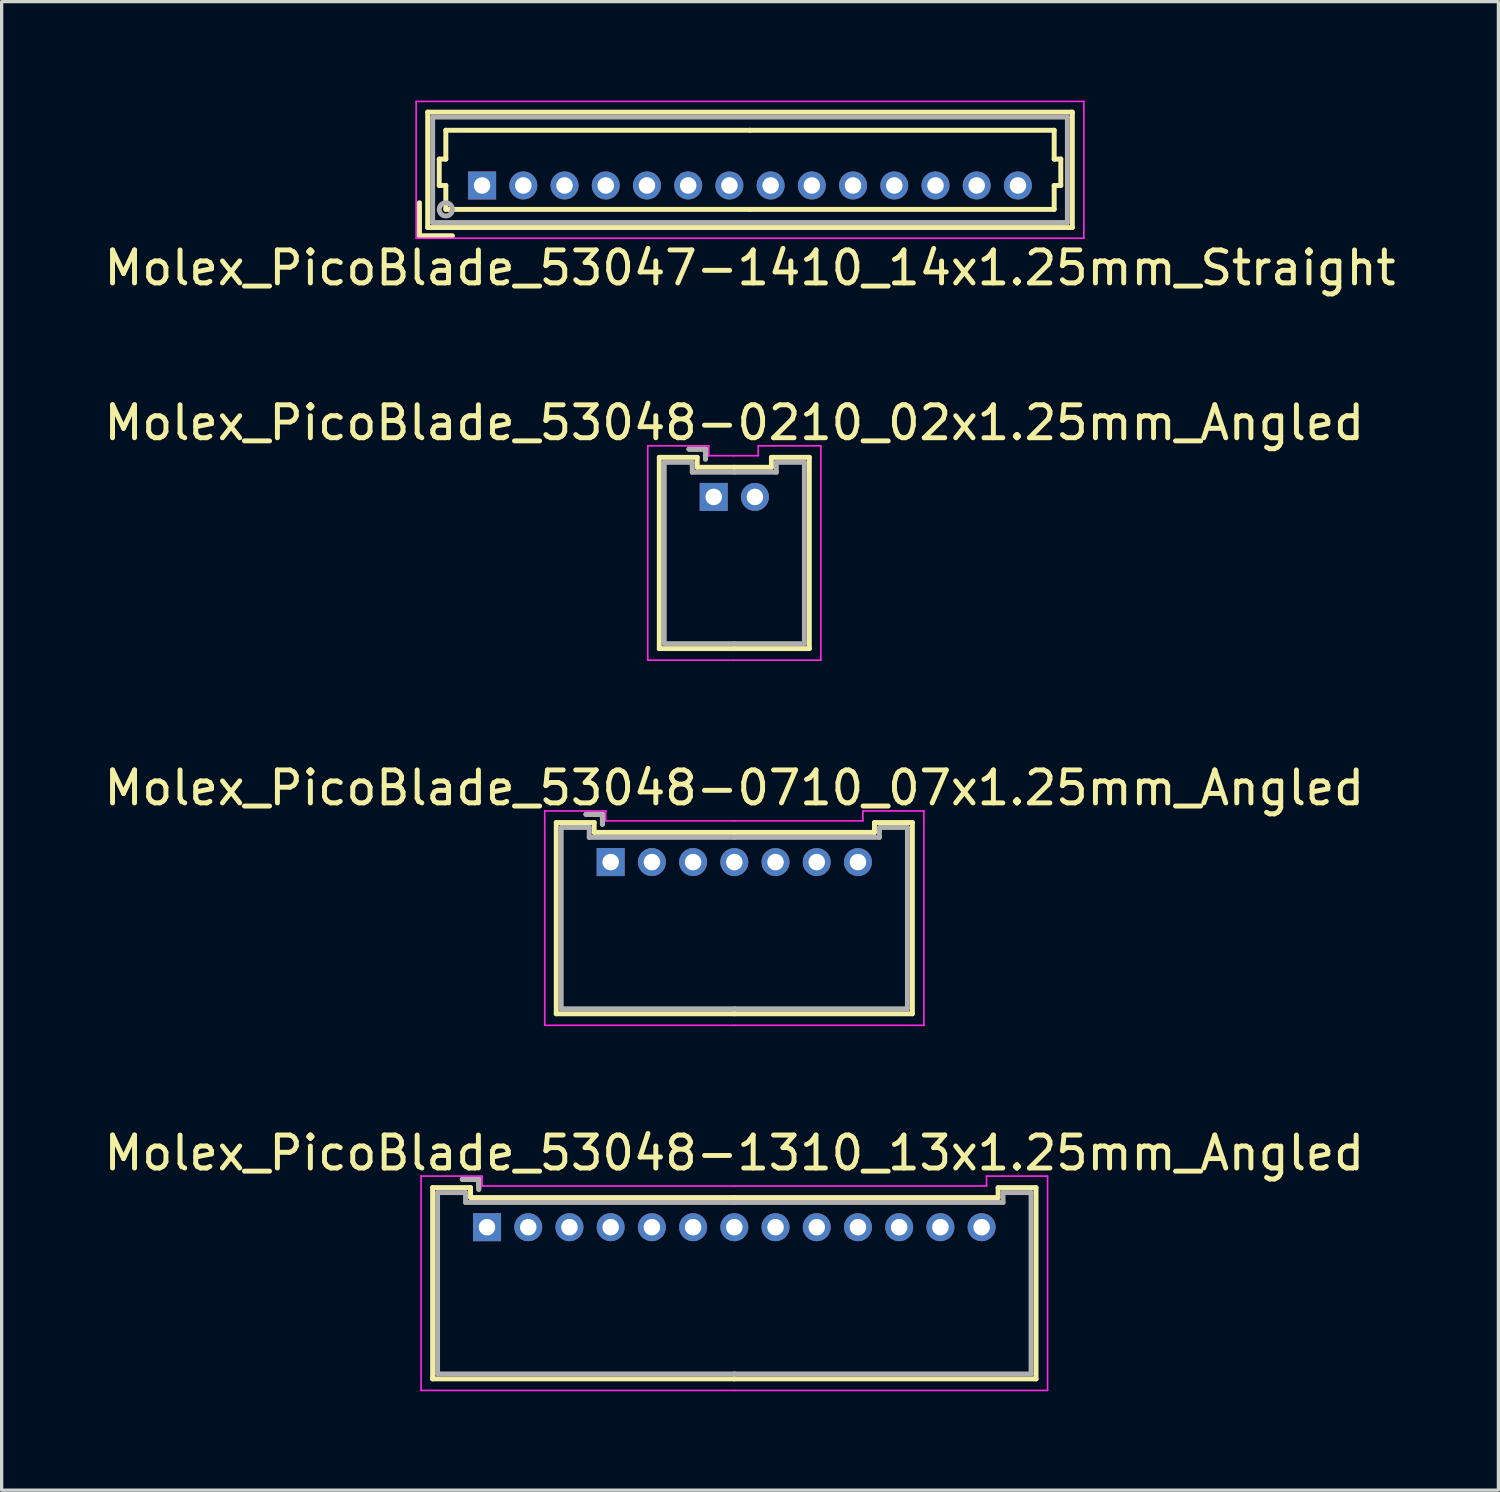
<source format=kicad_pcb>
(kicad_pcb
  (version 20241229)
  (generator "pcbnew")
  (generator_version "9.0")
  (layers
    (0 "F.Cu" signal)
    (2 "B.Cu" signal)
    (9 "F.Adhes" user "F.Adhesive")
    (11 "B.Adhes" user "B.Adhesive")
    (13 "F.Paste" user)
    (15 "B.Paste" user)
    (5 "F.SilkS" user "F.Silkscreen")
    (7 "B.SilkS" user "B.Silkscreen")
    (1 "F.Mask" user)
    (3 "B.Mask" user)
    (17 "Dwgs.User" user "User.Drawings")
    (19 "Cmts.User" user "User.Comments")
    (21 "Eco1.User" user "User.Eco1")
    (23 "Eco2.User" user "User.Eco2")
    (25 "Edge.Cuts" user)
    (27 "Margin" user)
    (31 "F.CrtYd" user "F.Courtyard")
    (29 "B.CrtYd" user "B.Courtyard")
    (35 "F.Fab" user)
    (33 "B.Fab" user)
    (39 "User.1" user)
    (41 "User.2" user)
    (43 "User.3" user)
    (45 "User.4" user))
  (footprint "Molex_PicoBlade_53047-1410_14x1.25mm_Straight"
    (layer "F.Cu")
    (at 11.571 2.575)
    (property "Reference" "Molex_PicoBlade_53047-1410_14x1.25mm_Straight" (at 8.125 2.5 0) (layer "F.SilkS") (effects (font (size 1 1) (thickness 0.15))))
    (attr through_hole)
    (fp_line (start -1.9 1.525) (end -1.9 0.525) (stroke (width 0.15) (type solid)) (layer "F.SilkS"))
    (fp_line (start -1.9 1.525) (end -0.9 1.525) (stroke (width 0.15) (type solid)) (layer "F.SilkS"))
    (fp_line (start -1.65 -2.225) (end -1.65 1.275) (stroke (width 0.15) (type solid)) (layer "F.SilkS"))
    (fp_line (start -1.65 1.275) (end 17.9 1.275) (stroke (width 0.15) (type solid)) (layer "F.SilkS"))
    (fp_line (start -1.3 -0.8) (end -1.1 -0.8) (stroke (width 0.15) (type solid)) (layer "F.SilkS"))
    (fp_line (start -1.3 0) (end -1.3 -0.8) (stroke (width 0.15) (type solid)) (layer "F.SilkS"))
    (fp_line (start -1.1 -1.675) (end 8.125 -1.675) (stroke (width 0.15) (type solid)) (layer "F.SilkS"))
    (fp_line (start -1.1 -0.8) (end -1.1 -1.675) (stroke (width 0.15) (type solid)) (layer "F.SilkS"))
    (fp_line (start -1.1 0) (end -1.3 0) (stroke (width 0.15) (type solid)) (layer "F.SilkS"))
    (fp_line (start -1.1 0.725) (end -1.1 0) (stroke (width 0.15) (type solid)) (layer "F.SilkS"))
    (fp_line (start 8.125 0.725) (end -1.1 0.725) (stroke (width 0.15) (type solid)) (layer "F.SilkS"))
    (fp_line (start 8.125 0.725) (end 17.35 0.725) (stroke (width 0.15) (type solid)) (layer "F.SilkS"))
    (fp_line (start 17.35 -1.675) (end 8.125 -1.675) (stroke (width 0.15) (type solid)) (layer "F.SilkS"))
    (fp_line (start 17.35 -0.8) (end 17.35 -1.675) (stroke (width 0.15) (type solid)) (layer "F.SilkS"))
    (fp_line (start 17.35 0) (end 17.55 0) (stroke (width 0.15) (type solid)) (layer "F.SilkS"))
    (fp_line (start 17.35 0.725) (end 17.35 0) (stroke (width 0.15) (type solid)) (layer "F.SilkS"))
    (fp_line (start 17.55 -0.8) (end 17.35 -0.8) (stroke (width 0.15) (type solid)) (layer "F.SilkS"))
    (fp_line (start 17.55 0) (end 17.55 -0.8) (stroke (width 0.15) (type solid)) (layer "F.SilkS"))
    (fp_line (start 17.9 -2.225) (end -1.65 -2.225) (stroke (width 0.15) (type solid)) (layer "F.SilkS"))
    (fp_line (start 17.9 1.275) (end 17.9 -2.225) (stroke (width 0.15) (type solid)) (layer "F.SilkS"))
    (fp_line (start -2 -2.55) (end -2 1.6) (stroke (width 0.05) (type solid)) (layer "F.CrtYd"))
    (fp_line (start -2 1.6) (end 18.25 1.6) (stroke (width 0.05) (type solid)) (layer "F.CrtYd"))
    (fp_line (start 18.25 -2.55) (end -2 -2.55) (stroke (width 0.05) (type solid)) (layer "F.CrtYd"))
    (fp_line (start 18.25 1.6) (end 18.25 -2.55) (stroke (width 0.05) (type solid)) (layer "F.CrtYd"))
    (fp_line (start -1.5 -2.075) (end -1.5 1.125) (stroke (width 0.15) (type solid)) (layer "F.Fab"))
    (fp_line (start -1.5 1.125) (end 17.75 1.125) (stroke (width 0.15) (type solid)) (layer "F.Fab"))
    (fp_line (start 17.75 -2.075) (end -1.5 -2.075) (stroke (width 0.15) (type solid)) (layer "F.Fab"))
    (fp_line (start 17.75 1.125) (end 17.75 -2.075) (stroke (width 0.15) (type solid)) (layer "F.Fab"))
    (fp_circle (center -1.1 0.725) (end -0.9 0.725) (stroke (width 0.15) (type solid)) (fill no) (layer "F.Fab"))
    (pad "1" thru_hole rect (at 0 0) (size 0.85 0.85) (drill 0.5) (layers "*.Cu" "*.Mask"))
    (pad "2" thru_hole circle (at 1.25 0) (size 0.85 0.85) (drill 0.5) (layers "*.Cu" "*.Mask"))
    (pad "3" thru_hole circle (at 2.5 0) (size 0.85 0.85) (drill 0.5) (layers "*.Cu" "*.Mask"))
    (pad "4" thru_hole circle (at 3.75 0) (size 0.85 0.85) (drill 0.5) (layers "*.Cu" "*.Mask"))
    (pad "5" thru_hole circle (at 5 0) (size 0.85 0.85) (drill 0.5) (layers "*.Cu" "*.Mask"))
    (pad "6" thru_hole circle (at 6.25 0) (size 0.85 0.85) (drill 0.5) (layers "*.Cu" "*.Mask"))
    (pad "7" thru_hole circle (at 7.5 0) (size 0.85 0.85) (drill 0.5) (layers "*.Cu" "*.Mask"))
    (pad "8" thru_hole circle (at 8.75 0) (size 0.85 0.85) (drill 0.5) (layers "*.Cu" "*.Mask"))
    (pad "9" thru_hole circle (at 10 0) (size 0.85 0.85) (drill 0.5) (layers "*.Cu" "*.Mask"))
    (pad "10" thru_hole circle (at 11.25 0) (size 0.85 0.85) (drill 0.5) (layers "*.Cu" "*.Mask"))
    (pad "11" thru_hole circle (at 12.5 0) (size 0.85 0.85) (drill 0.5) (layers "*.Cu" "*.Mask"))
    (pad "12" thru_hole circle (at 13.75 0) (size 0.85 0.85) (drill 0.5) (layers "*.Cu" "*.Mask"))
    (pad "13" thru_hole circle (at 15 0) (size 0.85 0.85) (drill 0.5) (layers "*.Cu" "*.Mask"))
    (pad "14" thru_hole circle (at 16.25 0) (size 0.85 0.85) (drill 0.5) (layers "*.Cu" "*.Mask")))
  (footprint "Molex_PicoBlade_53048-0210_02x1.25mm_Angled"
    (layer "F.Cu")
    (at 18.595 12.021)
    (property "Reference" "Molex_PicoBlade_53048-0210_02x1.25mm_Angled" (at 0.625 -2.25 0) (layer "F.SilkS") (effects (font (size 1 1) (thickness 0.15))))
    (attr through_hole)
    (fp_line (start -1.65 -1.2) (end -1.65 4.6) (stroke (width 0.15) (type solid)) (layer "F.SilkS"))
    (fp_line (start -1.65 4.6) (end 0.625 4.6) (stroke (width 0.15) (type solid)) (layer "F.SilkS"))
    (fp_line (start -0.5 -1.2) (end -1.65 -1.2) (stroke (width 0.15) (type solid)) (layer "F.SilkS"))
    (fp_line (start -0.5 -0.9) (end -0.5 -1.2) (stroke (width 0.15) (type solid)) (layer "F.SilkS"))
    (fp_line (start -0.25 -1.45) (end -0.75 -1.45) (stroke (width 0.15) (type solid)) (layer "F.SilkS"))
    (fp_line (start -0.25 -1.15) (end -0.25 -1.45) (stroke (width 0.15) (type solid)) (layer "F.SilkS"))
    (fp_line (start 0.625 -0.9) (end -0.5 -0.9) (stroke (width 0.15) (type solid)) (layer "F.SilkS"))
    (fp_line (start 0.625 -0.9) (end 1.75 -0.9) (stroke (width 0.15) (type solid)) (layer "F.SilkS"))
    (fp_line (start 1.75 -1.2) (end 2.9 -1.2) (stroke (width 0.15) (type solid)) (layer "F.SilkS"))
    (fp_line (start 1.75 -0.9) (end 1.75 -1.2) (stroke (width 0.15) (type solid)) (layer "F.SilkS"))
    (fp_line (start 2.9 -1.2) (end 2.9 4.6) (stroke (width 0.15) (type solid)) (layer "F.SilkS"))
    (fp_line (start 2.9 4.6) (end 0.625 4.6) (stroke (width 0.15) (type solid)) (layer "F.SilkS"))
    (fp_line (start -2 -1.55) (end -2 4.95) (stroke (width 0.05) (type solid)) (layer "F.CrtYd"))
    (fp_line (start -2 4.95) (end 0.6 4.95) (stroke (width 0.05) (type solid)) (layer "F.CrtYd"))
    (fp_line (start -0.15 -1.55) (end -2 -1.55) (stroke (width 0.05) (type solid)) (layer "F.CrtYd"))
    (fp_line (start -0.15 -1.25) (end -0.15 -1.55) (stroke (width 0.05) (type solid)) (layer "F.CrtYd"))
    (fp_line (start 0.6 -1.25) (end -0.15 -1.25) (stroke (width 0.05) (type solid)) (layer "F.CrtYd"))
    (fp_line (start 0.6 -1.25) (end 1.35 -1.25) (stroke (width 0.05) (type solid)) (layer "F.CrtYd"))
    (fp_line (start 1.35 -1.55) (end 3.25 -1.55) (stroke (width 0.05) (type solid)) (layer "F.CrtYd"))
    (fp_line (start 1.35 -1.25) (end 1.35 -1.55) (stroke (width 0.05) (type solid)) (layer "F.CrtYd"))
    (fp_line (start 3.25 -1.55) (end 3.25 4.95) (stroke (width 0.05) (type solid)) (layer "F.CrtYd"))
    (fp_line (start 3.25 4.95) (end 0.6 4.95) (stroke (width 0.05) (type solid)) (layer "F.CrtYd"))
    (fp_line (start -1.5 -1.05) (end -1.5 4.45) (stroke (width 0.15) (type solid)) (layer "F.Fab"))
    (fp_line (start -1.5 4.45) (end 0.625 4.45) (stroke (width 0.15) (type solid)) (layer "F.Fab"))
    (fp_line (start -0.65 -1.05) (end -1.5 -1.05) (stroke (width 0.15) (type solid)) (layer "F.Fab"))
    (fp_line (start -0.65 -0.75) (end -0.65 -1.05) (stroke (width 0.15) (type solid)) (layer "F.Fab"))
    (fp_line (start -0.25 -1.45) (end -0.75 -1.45) (stroke (width 0.15) (type solid)) (layer "F.Fab"))
    (fp_line (start -0.25 -1.15) (end -0.25 -1.45) (stroke (width 0.15) (type solid)) (layer "F.Fab"))
    (fp_line (start 0.625 -0.75) (end -0.65 -0.75) (stroke (width 0.15) (type solid)) (layer "F.Fab"))
    (fp_line (start 0.625 -0.75) (end 1.9 -0.75) (stroke (width 0.15) (type solid)) (layer "F.Fab"))
    (fp_line (start 1.9 -1.05) (end 2.75 -1.05) (stroke (width 0.15) (type solid)) (layer "F.Fab"))
    (fp_line (start 1.9 -0.75) (end 1.9 -1.05) (stroke (width 0.15) (type solid)) (layer "F.Fab"))
    (fp_line (start 2.75 -1.05) (end 2.75 4.45) (stroke (width 0.15) (type solid)) (layer "F.Fab"))
    (fp_line (start 2.75 4.45) (end 0.625 4.45) (stroke (width 0.15) (type solid)) (layer "F.Fab"))
    (pad "1" thru_hole rect (at 0 0) (size 0.85 0.85) (drill 0.5) (layers "*.Cu" "*.Mask"))
    (pad "2" thru_hole circle (at 1.25 0) (size 0.85 0.85) (drill 0.5) (layers "*.Cu" "*.Mask")))
  (footprint "Molex_PicoBlade_53048-1310_13x1.25mm_Angled"
    (layer "F.Cu")
    (at 11.72 34.168)
    (property "Reference" "Molex_PicoBlade_53048-1310_13x1.25mm_Angled" (at 7.5 -2.25 0) (layer "F.SilkS") (effects (font (size 1 1) (thickness 0.15))))
    (attr through_hole)
    (fp_line (start -1.65 -1.2) (end -1.65 4.6) (stroke (width 0.15) (type solid)) (layer "F.SilkS"))
    (fp_line (start -1.65 4.6) (end 7.5 4.6) (stroke (width 0.15) (type solid)) (layer "F.SilkS"))
    (fp_line (start -0.5 -1.2) (end -1.65 -1.2) (stroke (width 0.15) (type solid)) (layer "F.SilkS"))
    (fp_line (start -0.5 -0.9) (end -0.5 -1.2) (stroke (width 0.15) (type solid)) (layer "F.SilkS"))
    (fp_line (start -0.25 -1.45) (end -0.75 -1.45) (stroke (width 0.15) (type solid)) (layer "F.SilkS"))
    (fp_line (start -0.25 -1.15) (end -0.25 -1.45) (stroke (width 0.15) (type solid)) (layer "F.SilkS"))
    (fp_line (start 7.5 -0.9) (end -0.5 -0.9) (stroke (width 0.15) (type solid)) (layer "F.SilkS"))
    (fp_line (start 7.5 -0.9) (end 15.5 -0.9) (stroke (width 0.15) (type solid)) (layer "F.SilkS"))
    (fp_line (start 15.5 -1.2) (end 16.65 -1.2) (stroke (width 0.15) (type solid)) (layer "F.SilkS"))
    (fp_line (start 15.5 -0.9) (end 15.5 -1.2) (stroke (width 0.15) (type solid)) (layer "F.SilkS"))
    (fp_line (start 16.65 -1.2) (end 16.65 4.6) (stroke (width 0.15) (type solid)) (layer "F.SilkS"))
    (fp_line (start 16.65 4.6) (end 7.5 4.6) (stroke (width 0.15) (type solid)) (layer "F.SilkS"))
    (fp_line (start -2 -1.55) (end -2 4.95) (stroke (width 0.05) (type solid)) (layer "F.CrtYd"))
    (fp_line (start -2 4.95) (end 7.5 4.95) (stroke (width 0.05) (type solid)) (layer "F.CrtYd"))
    (fp_line (start -0.15 -1.55) (end -2 -1.55) (stroke (width 0.05) (type solid)) (layer "F.CrtYd"))
    (fp_line (start -0.15 -1.25) (end -0.15 -1.55) (stroke (width 0.05) (type solid)) (layer "F.CrtYd"))
    (fp_line (start 7.5 -1.25) (end -0.15 -1.25) (stroke (width 0.05) (type solid)) (layer "F.CrtYd"))
    (fp_line (start 7.5 -1.25) (end 15.15 -1.25) (stroke (width 0.05) (type solid)) (layer "F.CrtYd"))
    (fp_line (start 15.15 -1.55) (end 17 -1.55) (stroke (width 0.05) (type solid)) (layer "F.CrtYd"))
    (fp_line (start 15.15 -1.25) (end 15.15 -1.55) (stroke (width 0.05) (type solid)) (layer "F.CrtYd"))
    (fp_line (start 17 -1.55) (end 17 4.95) (stroke (width 0.05) (type solid)) (layer "F.CrtYd"))
    (fp_line (start 17 4.95) (end 7.5 4.95) (stroke (width 0.05) (type solid)) (layer "F.CrtYd"))
    (fp_line (start -1.5 -1.05) (end -1.5 4.45) (stroke (width 0.15) (type solid)) (layer "F.Fab"))
    (fp_line (start -1.5 4.45) (end 7.5 4.45) (stroke (width 0.15) (type solid)) (layer "F.Fab"))
    (fp_line (start -0.65 -1.05) (end -1.5 -1.05) (stroke (width 0.15) (type solid)) (layer "F.Fab"))
    (fp_line (start -0.65 -0.75) (end -0.65 -1.05) (stroke (width 0.15) (type solid)) (layer "F.Fab"))
    (fp_line (start -0.25 -1.45) (end -0.75 -1.45) (stroke (width 0.15) (type solid)) (layer "F.Fab"))
    (fp_line (start -0.25 -1.15) (end -0.25 -1.45) (stroke (width 0.15) (type solid)) (layer "F.Fab"))
    (fp_line (start 7.5 -0.75) (end -0.65 -0.75) (stroke (width 0.15) (type solid)) (layer "F.Fab"))
    (fp_line (start 7.5 -0.75) (end 15.65 -0.75) (stroke (width 0.15) (type solid)) (layer "F.Fab"))
    (fp_line (start 15.65 -1.05) (end 16.5 -1.05) (stroke (width 0.15) (type solid)) (layer "F.Fab"))
    (fp_line (start 15.65 -0.75) (end 15.65 -1.05) (stroke (width 0.15) (type solid)) (layer "F.Fab"))
    (fp_line (start 16.5 -1.05) (end 16.5 4.45) (stroke (width 0.15) (type solid)) (layer "F.Fab"))
    (fp_line (start 16.5 4.45) (end 7.5 4.45) (stroke (width 0.15) (type solid)) (layer "F.Fab"))
    (pad "1" thru_hole rect (at 0 0) (size 0.85 0.85) (drill 0.5) (layers "*.Cu" "*.Mask"))
    (pad "2" thru_hole circle (at 1.25 0) (size 0.85 0.85) (drill 0.5) (layers "*.Cu" "*.Mask"))
    (pad "3" thru_hole circle (at 2.5 0) (size 0.85 0.85) (drill 0.5) (layers "*.Cu" "*.Mask"))
    (pad "4" thru_hole circle (at 3.75 0) (size 0.85 0.85) (drill 0.5) (layers "*.Cu" "*.Mask"))
    (pad "5" thru_hole circle (at 5 0) (size 0.85 0.85) (drill 0.5) (layers "*.Cu" "*.Mask"))
    (pad "6" thru_hole circle (at 6.25 0) (size 0.85 0.85) (drill 0.5) (layers "*.Cu" "*.Mask"))
    (pad "7" thru_hole circle (at 7.5 0) (size 0.85 0.85) (drill 0.5) (layers "*.Cu" "*.Mask"))
    (pad "8" thru_hole circle (at 8.75 0) (size 0.85 0.85) (drill 0.5) (layers "*.Cu" "*.Mask"))
    (pad "9" thru_hole circle (at 10 0) (size 0.85 0.85) (drill 0.5) (layers "*.Cu" "*.Mask"))
    (pad "10" thru_hole circle (at 11.25 0) (size 0.85 0.85) (drill 0.5) (layers "*.Cu" "*.Mask"))
    (pad "11" thru_hole circle (at 12.5 0) (size 0.85 0.85) (drill 0.5) (layers "*.Cu" "*.Mask"))
    (pad "12" thru_hole circle (at 13.75 0) (size 0.85 0.85) (drill 0.5) (layers "*.Cu" "*.Mask"))
    (pad "13" thru_hole circle (at 15 0) (size 0.85 0.85) (drill 0.5) (layers "*.Cu" "*.Mask")))
  (footprint "Molex_PicoBlade_53048-0710_07x1.25mm_Angled"
    (layer "F.Cu")
    (at 15.47 23.095)
    (property "Reference" "Molex_PicoBlade_53048-0710_07x1.25mm_Angled" (at 3.75 -2.25 0) (layer "F.SilkS") (effects (font (size 1 1) (thickness 0.15))))
    (attr through_hole)
    (fp_line (start -1.65 -1.2) (end -1.65 4.6) (stroke (width 0.15) (type solid)) (layer "F.SilkS"))
    (fp_line (start -1.65 4.6) (end 3.75 4.6) (stroke (width 0.15) (type solid)) (layer "F.SilkS"))
    (fp_line (start -0.5 -1.2) (end -1.65 -1.2) (stroke (width 0.15) (type solid)) (layer "F.SilkS"))
    (fp_line (start -0.5 -0.9) (end -0.5 -1.2) (stroke (width 0.15) (type solid)) (layer "F.SilkS"))
    (fp_line (start -0.25 -1.45) (end -0.75 -1.45) (stroke (width 0.15) (type solid)) (layer "F.SilkS"))
    (fp_line (start -0.25 -1.15) (end -0.25 -1.45) (stroke (width 0.15) (type solid)) (layer "F.SilkS"))
    (fp_line (start 3.75 -0.9) (end -0.5 -0.9) (stroke (width 0.15) (type solid)) (layer "F.SilkS"))
    (fp_line (start 3.75 -0.9) (end 8 -0.9) (stroke (width 0.15) (type solid)) (layer "F.SilkS"))
    (fp_line (start 8 -1.2) (end 9.15 -1.2) (stroke (width 0.15) (type solid)) (layer "F.SilkS"))
    (fp_line (start 8 -0.9) (end 8 -1.2) (stroke (width 0.15) (type solid)) (layer "F.SilkS"))
    (fp_line (start 9.15 -1.2) (end 9.15 4.6) (stroke (width 0.15) (type solid)) (layer "F.SilkS"))
    (fp_line (start 9.15 4.6) (end 3.75 4.6) (stroke (width 0.15) (type solid)) (layer "F.SilkS"))
    (fp_line (start -2 -1.55) (end -2 4.95) (stroke (width 0.05) (type solid)) (layer "F.CrtYd"))
    (fp_line (start -2 4.95) (end 3.75 4.95) (stroke (width 0.05) (type solid)) (layer "F.CrtYd"))
    (fp_line (start -0.15 -1.55) (end -2 -1.55) (stroke (width 0.05) (type solid)) (layer "F.CrtYd"))
    (fp_line (start -0.15 -1.25) (end -0.15 -1.55) (stroke (width 0.05) (type solid)) (layer "F.CrtYd"))
    (fp_line (start 3.75 -1.25) (end -0.15 -1.25) (stroke (width 0.05) (type solid)) (layer "F.CrtYd"))
    (fp_line (start 3.75 -1.25) (end 7.65 -1.25) (stroke (width 0.05) (type solid)) (layer "F.CrtYd"))
    (fp_line (start 7.65 -1.55) (end 9.5 -1.55) (stroke (width 0.05) (type solid)) (layer "F.CrtYd"))
    (fp_line (start 7.65 -1.25) (end 7.65 -1.55) (stroke (width 0.05) (type solid)) (layer "F.CrtYd"))
    (fp_line (start 9.5 -1.55) (end 9.5 4.95) (stroke (width 0.05) (type solid)) (layer "F.CrtYd"))
    (fp_line (start 9.5 4.95) (end 3.75 4.95) (stroke (width 0.05) (type solid)) (layer "F.CrtYd"))
    (fp_line (start -1.5 -1.05) (end -1.5 4.45) (stroke (width 0.15) (type solid)) (layer "F.Fab"))
    (fp_line (start -1.5 4.45) (end 3.75 4.45) (stroke (width 0.15) (type solid)) (layer "F.Fab"))
    (fp_line (start -0.65 -1.05) (end -1.5 -1.05) (stroke (width 0.15) (type solid)) (layer "F.Fab"))
    (fp_line (start -0.65 -0.75) (end -0.65 -1.05) (stroke (width 0.15) (type solid)) (layer "F.Fab"))
    (fp_line (start -0.25 -1.45) (end -0.75 -1.45) (stroke (width 0.15) (type solid)) (layer "F.Fab"))
    (fp_line (start -0.25 -1.15) (end -0.25 -1.45) (stroke (width 0.15) (type solid)) (layer "F.Fab"))
    (fp_line (start 3.75 -0.75) (end -0.65 -0.75) (stroke (width 0.15) (type solid)) (layer "F.Fab"))
    (fp_line (start 3.75 -0.75) (end 8.15 -0.75) (stroke (width 0.15) (type solid)) (layer "F.Fab"))
    (fp_line (start 8.15 -1.05) (end 9 -1.05) (stroke (width 0.15) (type solid)) (layer "F.Fab"))
    (fp_line (start 8.15 -0.75) (end 8.15 -1.05) (stroke (width 0.15) (type solid)) (layer "F.Fab"))
    (fp_line (start 9 -1.05) (end 9 4.45) (stroke (width 0.15) (type solid)) (layer "F.Fab"))
    (fp_line (start 9 4.45) (end 3.75 4.45) (stroke (width 0.15) (type solid)) (layer "F.Fab"))
    (pad "1" thru_hole rect (at 0 0) (size 0.85 0.85) (drill 0.5) (layers "*.Cu" "*.Mask"))
    (pad "2" thru_hole circle (at 1.25 0) (size 0.85 0.85) (drill 0.5) (layers "*.Cu" "*.Mask"))
    (pad "3" thru_hole circle (at 2.5 0) (size 0.85 0.85) (drill 0.5) (layers "*.Cu" "*.Mask"))
    (pad "4" thru_hole circle (at 3.75 0) (size 0.85 0.85) (drill 0.5) (layers "*.Cu" "*.Mask"))
    (pad "5" thru_hole circle (at 5 0) (size 0.85 0.85) (drill 0.5) (layers "*.Cu" "*.Mask"))
    (pad "6" thru_hole circle (at 6.25 0) (size 0.85 0.85) (drill 0.5) (layers "*.Cu" "*.Mask"))
    (pad "7" thru_hole circle (at 7.5 0) (size 0.85 0.85) (drill 0.5) (layers "*.Cu" "*.Mask")))
  (gr_rect
    (start -3 -3)
    (end 42.393 42.143)
    (stroke (width 0.1) (type default))
    (fill no)
    (layer "Edge.Cuts")))
</source>
